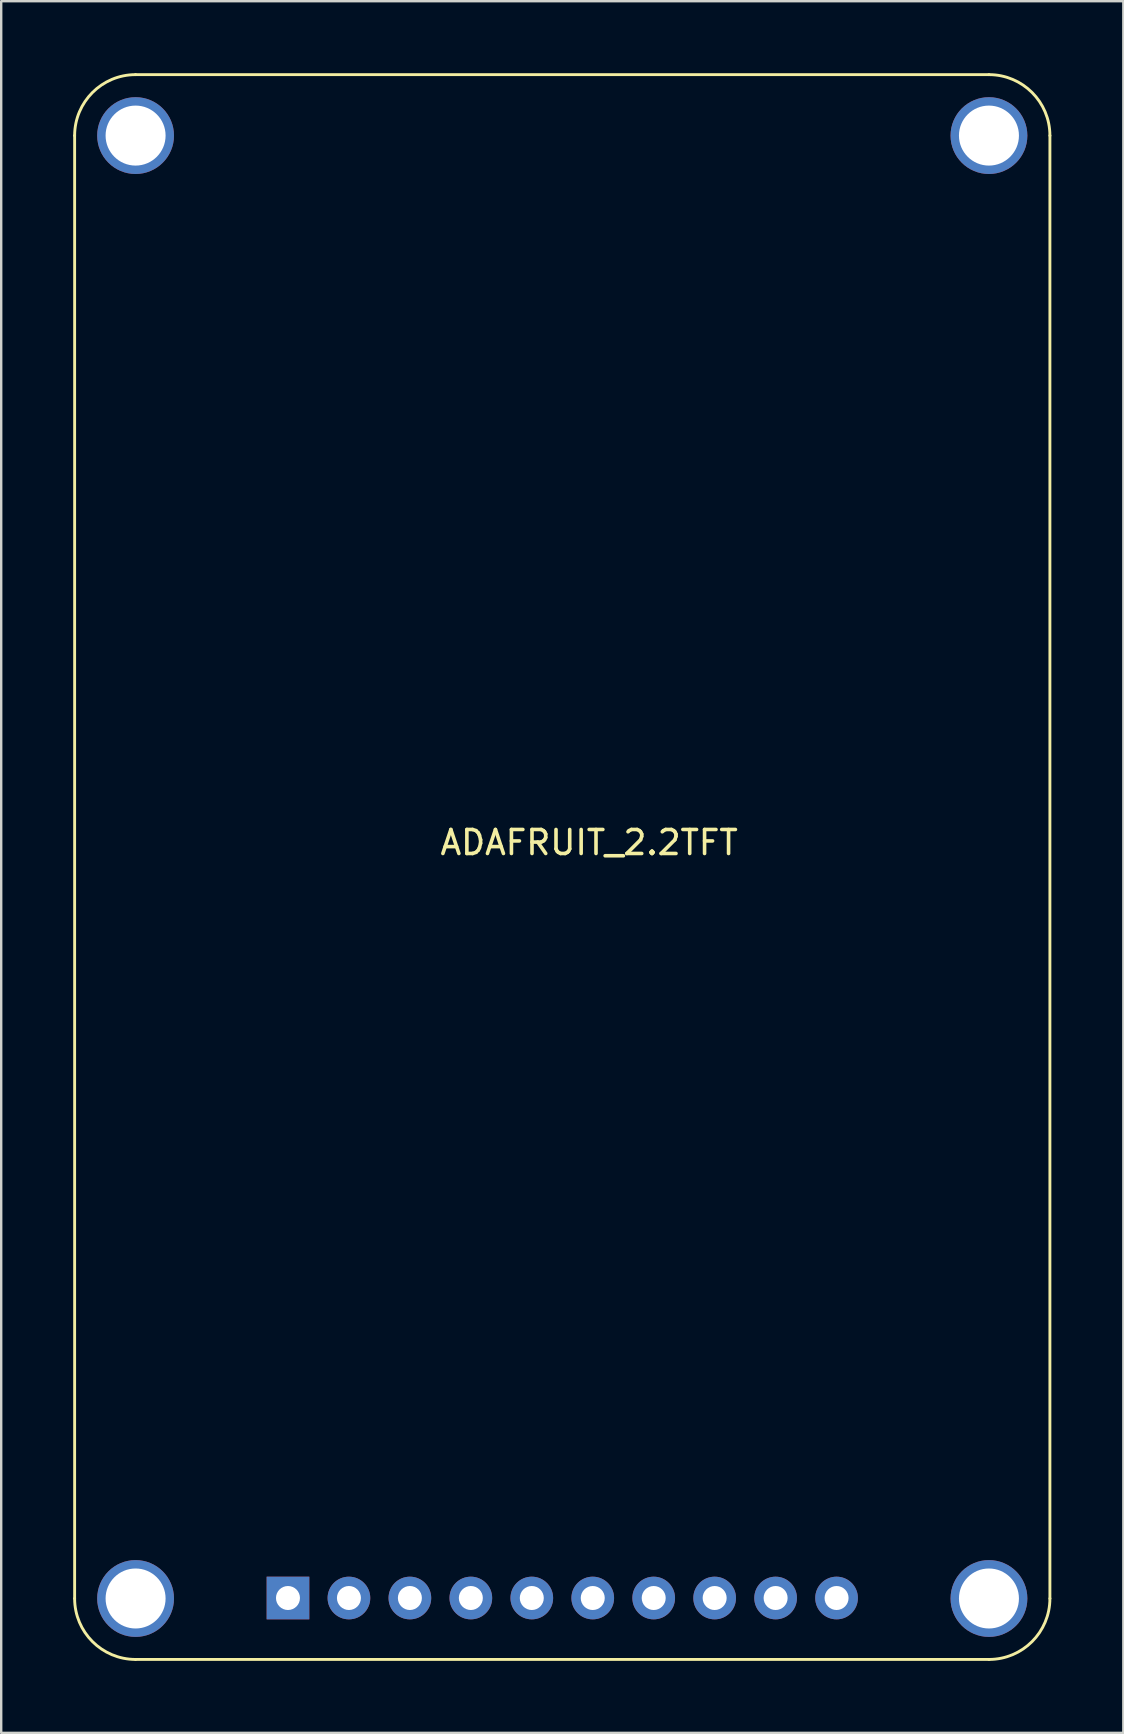
<source format=kicad_pcb>
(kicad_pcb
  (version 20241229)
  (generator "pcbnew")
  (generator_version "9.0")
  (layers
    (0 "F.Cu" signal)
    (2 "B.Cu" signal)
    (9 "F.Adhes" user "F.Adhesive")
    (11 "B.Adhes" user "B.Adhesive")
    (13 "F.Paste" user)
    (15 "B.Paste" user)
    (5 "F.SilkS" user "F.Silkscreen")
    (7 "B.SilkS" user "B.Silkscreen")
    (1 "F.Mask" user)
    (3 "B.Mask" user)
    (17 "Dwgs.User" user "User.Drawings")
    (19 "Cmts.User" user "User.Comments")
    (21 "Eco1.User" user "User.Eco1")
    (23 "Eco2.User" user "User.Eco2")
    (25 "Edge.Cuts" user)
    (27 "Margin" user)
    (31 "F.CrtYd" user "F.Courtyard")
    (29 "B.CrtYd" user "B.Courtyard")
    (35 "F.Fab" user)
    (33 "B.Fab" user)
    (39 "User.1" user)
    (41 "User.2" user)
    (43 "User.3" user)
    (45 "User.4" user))
  (footprint "ADAFRUIT_2.2TFT"
    (layer "F.Cu")
    (at 21.5 32.56)
    (property "Reference" "ADAFRUIT_2.2TFT" (at 0 -0.5 0) (unlocked yes) (layer "F.SilkS") (effects (font (size 1 1) (thickness 0.15))))
    (attr through_hole)
    (fp_line (start -21.44 -29.96) (end -21.44 31) (stroke (width 0.12) (type solid)) (layer "F.SilkS"))
    (fp_line (start -18.9 33.54) (end 16.66 33.54) (stroke (width 0.12) (type solid)) (layer "F.SilkS"))
    (fp_line (start 16.66 -32.5) (end -18.9 -32.5) (stroke (width 0.12) (type solid)) (layer "F.SilkS"))
    (fp_line (start 19.2 31) (end 19.2 -29.96) (stroke (width 0.12) (type solid)) (layer "F.SilkS"))
    (fp_arc (start -21.44 -29.96) (mid -20.696051 -31.756051) (end -18.9 -32.5) (stroke (width 0.12) (type solid)) (layer "F.SilkS"))
    (fp_arc (start -18.9 33.54) (mid -20.696051 32.796051) (end -21.44 31) (stroke (width 0.12) (type solid)) (layer "F.SilkS"))
    (fp_arc (start 16.66 -32.5) (mid 18.456051 -31.756051) (end 19.2 -29.96) (stroke (width 0.12) (type solid)) (layer "F.SilkS"))
    (fp_arc (start 19.2 31) (mid 18.456051 32.796051) (end 16.66 33.54) (stroke (width 0.12) (type solid)) (layer "F.SilkS"))
    (pad "1" thru_hole rect (at -12.55 30.98 90) (size 1.778 1.778) (drill 1) (layers "*.Cu" "*.Mask"))
    (pad "2" thru_hole circle (at -10.01 30.98 90) (size 1.778 1.778) (drill 1) (layers "*.Cu" "*.Mask"))
    (pad "3" thru_hole circle (at -7.47 30.98 90) (size 1.778 1.778) (drill 1) (layers "*.Cu" "*.Mask"))
    (pad "4" thru_hole circle (at -4.93 30.98 90) (size 1.778 1.778) (drill 1) (layers "*.Cu" "*.Mask"))
    (pad "5" thru_hole circle (at -2.39 30.98 90) (size 1.778 1.778) (drill 1) (layers "*.Cu" "*.Mask"))
    (pad "6" thru_hole circle (at 0.15 30.98 90) (size 1.778 1.778) (drill 1) (layers "*.Cu" "*.Mask"))
    (pad "7" thru_hole circle (at 2.69 30.98 90) (size 1.778 1.778) (drill 1) (layers "*.Cu" "*.Mask"))
    (pad "8" thru_hole circle (at 5.23 30.98 90) (size 1.778 1.778) (drill 1) (layers "*.Cu" "*.Mask"))
    (pad "9" thru_hole circle (at 7.77 30.98 90) (size 1.778 1.778) (drill 1) (layers "*.Cu" "*.Mask"))
    (pad "10" thru_hole circle (at 10.31 30.98 90) (size 1.778 1.778) (drill 1) (layers "*.Cu" "*.Mask"))
    (pad "P$1" thru_hole circle (at -18.9 -29.96) (size 3.2 3.2) (drill 2.5) (layers "*.Cu" "*.Mask"))
    (pad "P$1" thru_hole circle (at -18.9 31) (size 3.2 3.2) (drill 2.5) (layers "*.Cu" "*.Mask"))
    (pad "P$1" thru_hole circle (at 16.66 -29.96) (size 3.2 3.2) (drill 2.5) (layers "*.Cu" "*.Mask"))
    (pad "P$1" thru_hole circle (at 16.66 31) (size 3.2 3.2) (drill 2.5) (layers "*.Cu" "*.Mask"))
    (zone (net_name "") (layer "F.Cu") (hatch edge 0.508) (connect_pads) (min_thickness 0.254) (filled_areas_thickness no) (keepout (tracks not_allowed) (vias not_allowed) (pads not_allowed) (copperpour not_allowed) (footprints allowed)) (placement (enabled no)) (fill) (polygon (pts (xy 4.616 2.6) (xy 4.585 2.25) (xy 4.494 1.91) (xy 4.346 1.592) (xy 4.144 1.304) (xy 3.896 1.056) (xy 3.608 0.854) (xy 3.29 0.706) (xy 2.95 0.615) (xy 2.6 0.584) (xy 2.25 0.615) (xy 1.91 0.706) (xy 1.592 0.854) (xy 1.304 1.056) (xy 1.056 1.304) (xy 0.854 1.592) (xy 0.706 1.91) (xy 0.615 2.25) (xy 0.584 2.6) (xy 0.615 2.95) (xy 0.706 3.29) (xy 0.854 3.608) (xy 1.056 3.896) (xy 1.304 4.144) (xy 1.592 4.346) (xy 1.91 4.494) (xy 2.25 4.585) (xy 2.6 4.616) (xy 2.95 4.585) (xy 3.29 4.494) (xy 3.608 4.346) (xy 3.896 4.144) (xy 4.144 3.896) (xy 4.346 3.608) (xy 4.494 3.29) (xy 4.585 2.95))) (polygon (pts (xy 2.584 2.6) (xy 2.584 2.603) (xy 2.585 2.605) (xy 2.586 2.608) (xy 2.588 2.61) (xy 2.59 2.612) (xy 2.592 2.614) (xy 2.595 2.615) (xy 2.597 2.616) (xy 2.6 2.616) (xy 2.603 2.616) (xy 2.605 2.615) (xy 2.608 2.614) (xy 2.61 2.612) (xy 2.612 2.61) (xy 2.614 2.608) (xy 2.615 2.605) (xy 2.616 2.603) (xy 2.616 2.6) (xy 2.616 2.597) (xy 2.615 2.595) (xy 2.614 2.592) (xy 2.612 2.59) (xy 2.61 2.588) (xy 2.608 2.586) (xy 2.605 2.585) (xy 2.603 2.584) (xy 2.6 2.584) (xy 2.597 2.584) (xy 2.595 2.585) (xy 2.592 2.586) (xy 2.59 2.588) (xy 2.588 2.59) (xy 2.586 2.592) (xy 2.585 2.595) (xy 2.584 2.597))))
    (zone (net_name "") (layer "F.Cu") (hatch edge 0.508) (connect_pads) (min_thickness 0.254) (filled_areas_thickness no) (keepout (tracks not_allowed) (vias not_allowed) (pads not_allowed) (copperpour not_allowed) (footprints allowed)) (placement (enabled no)) (fill) (polygon (pts (xy 4.616 63.56) (xy 4.585 63.21) (xy 4.494 62.87) (xy 4.346 62.552) (xy 4.144 62.264) (xy 3.896 62.016) (xy 3.608 61.814) (xy 3.29 61.666) (xy 2.95 61.575) (xy 2.6 61.544) (xy 2.25 61.575) (xy 1.91 61.666) (xy 1.592 61.814) (xy 1.304 62.016) (xy 1.056 62.264) (xy 0.854 62.552) (xy 0.706 62.87) (xy 0.615 63.21) (xy 0.584 63.56) (xy 0.615 63.91) (xy 0.706 64.25) (xy 0.854 64.568) (xy 1.056 64.856) (xy 1.304 65.104) (xy 1.592 65.306) (xy 1.91 65.454) (xy 2.25 65.545) (xy 2.6 65.576) (xy 2.95 65.545) (xy 3.29 65.454) (xy 3.608 65.306) (xy 3.896 65.104) (xy 4.144 64.856) (xy 4.346 64.568) (xy 4.494 64.25) (xy 4.585 63.91))) (polygon (pts (xy 2.584 63.56) (xy 2.584 63.563) (xy 2.585 63.565) (xy 2.586 63.568) (xy 2.588 63.57) (xy 2.59 63.572) (xy 2.592 63.574) (xy 2.595 63.575) (xy 2.597 63.576) (xy 2.6 63.576) (xy 2.603 63.576) (xy 2.605 63.575) (xy 2.608 63.574) (xy 2.61 63.572) (xy 2.612 63.57) (xy 2.614 63.568) (xy 2.615 63.565) (xy 2.616 63.563) (xy 2.616 63.56) (xy 2.616 63.557) (xy 2.615 63.555) (xy 2.614 63.552) (xy 2.612 63.55) (xy 2.61 63.548) (xy 2.608 63.546) (xy 2.605 63.545) (xy 2.603 63.544) (xy 2.6 63.544) (xy 2.597 63.544) (xy 2.595 63.545) (xy 2.592 63.546) (xy 2.59 63.548) (xy 2.588 63.55) (xy 2.586 63.552) (xy 2.585 63.555) (xy 2.584 63.557))))
    (zone (net_name "") (layer "F.Cu") (hatch edge 0.508) (connect_pads) (min_thickness 0.254) (filled_areas_thickness no) (keepout (tracks not_allowed) (vias not_allowed) (pads not_allowed) (copperpour not_allowed) (footprints allowed)) (placement (enabled no)) (fill) (polygon (pts (xy 40.176 2.6) (xy 40.145 2.25) (xy 40.054 1.91) (xy 39.906 1.592) (xy 39.704 1.304) (xy 39.456 1.056) (xy 39.168 0.854) (xy 38.85 0.706) (xy 38.51 0.615) (xy 38.16 0.584) (xy 37.81 0.615) (xy 37.47 0.706) (xy 37.152 0.854) (xy 36.864 1.056) (xy 36.616 1.304) (xy 36.414 1.592) (xy 36.266 1.91) (xy 36.175 2.25) (xy 36.144 2.6) (xy 36.175 2.95) (xy 36.266 3.29) (xy 36.414 3.608) (xy 36.616 3.896) (xy 36.864 4.144) (xy 37.152 4.346) (xy 37.47 4.494) (xy 37.81 4.585) (xy 38.16 4.616) (xy 38.51 4.585) (xy 38.85 4.494) (xy 39.168 4.346) (xy 39.456 4.144) (xy 39.704 3.896) (xy 39.906 3.608) (xy 40.054 3.29) (xy 40.145 2.95))) (polygon (pts (xy 38.144 2.6) (xy 38.144 2.603) (xy 38.145 2.605) (xy 38.146 2.608) (xy 38.148 2.61) (xy 38.15 2.612) (xy 38.152 2.614) (xy 38.155 2.615) (xy 38.157 2.616) (xy 38.16 2.616) (xy 38.163 2.616) (xy 38.165 2.615) (xy 38.168 2.614) (xy 38.17 2.612) (xy 38.172 2.61) (xy 38.174 2.608) (xy 38.175 2.605) (xy 38.176 2.603) (xy 38.176 2.6) (xy 38.176 2.597) (xy 38.175 2.595) (xy 38.174 2.592) (xy 38.172 2.59) (xy 38.17 2.588) (xy 38.168 2.586) (xy 38.165 2.585) (xy 38.163 2.584) (xy 38.16 2.584) (xy 38.157 2.584) (xy 38.155 2.585) (xy 38.152 2.586) (xy 38.15 2.588) (xy 38.148 2.59) (xy 38.146 2.592) (xy 38.145 2.595) (xy 38.144 2.597))))
    (zone (net_name "") (layer "F.Cu") (hatch edge 0.508) (connect_pads) (min_thickness 0.254) (filled_areas_thickness no) (keepout (tracks not_allowed) (vias not_allowed) (pads not_allowed) (copperpour not_allowed) (footprints allowed)) (placement (enabled no)) (fill) (polygon (pts (xy 40.176 63.56) (xy 40.145 63.21) (xy 40.054 62.87) (xy 39.906 62.552) (xy 39.704 62.264) (xy 39.456 62.016) (xy 39.168 61.814) (xy 38.85 61.666) (xy 38.51 61.575) (xy 38.16 61.544) (xy 37.81 61.575) (xy 37.47 61.666) (xy 37.152 61.814) (xy 36.864 62.016) (xy 36.616 62.264) (xy 36.414 62.552) (xy 36.266 62.87) (xy 36.175 63.21) (xy 36.144 63.56) (xy 36.175 63.91) (xy 36.266 64.25) (xy 36.414 64.568) (xy 36.616 64.856) (xy 36.864 65.104) (xy 37.152 65.306) (xy 37.47 65.454) (xy 37.81 65.545) (xy 38.16 65.576) (xy 38.51 65.545) (xy 38.85 65.454) (xy 39.168 65.306) (xy 39.456 65.104) (xy 39.704 64.856) (xy 39.906 64.568) (xy 40.054 64.25) (xy 40.145 63.91))) (polygon (pts (xy 38.144 63.56) (xy 38.144 63.563) (xy 38.145 63.565) (xy 38.146 63.568) (xy 38.148 63.57) (xy 38.15 63.572) (xy 38.152 63.574) (xy 38.155 63.575) (xy 38.157 63.576) (xy 38.16 63.576) (xy 38.163 63.576) (xy 38.165 63.575) (xy 38.168 63.574) (xy 38.17 63.572) (xy 38.172 63.57) (xy 38.174 63.568) (xy 38.175 63.565) (xy 38.176 63.563) (xy 38.176 63.56) (xy 38.176 63.557) (xy 38.175 63.555) (xy 38.174 63.552) (xy 38.172 63.55) (xy 38.17 63.548) (xy 38.168 63.546) (xy 38.165 63.545) (xy 38.163 63.544) (xy 38.16 63.544) (xy 38.157 63.544) (xy 38.155 63.545) (xy 38.152 63.546) (xy 38.15 63.548) (xy 38.148 63.55) (xy 38.146 63.552) (xy 38.145 63.555) (xy 38.144 63.557))))
    (zone (net_name "") (layer "B.Cu") (hatch edge 0.508) (connect_pads) (min_thickness 0.254) (filled_areas_thickness no) (keepout (tracks not_allowed) (vias not_allowed) (pads not_allowed) (copperpour not_allowed) (footprints allowed)) (placement (enabled no)) (fill) (polygon (pts (xy 4.616 2.6) (xy 4.585 2.25) (xy 4.494 1.91) (xy 4.346 1.592) (xy 4.144 1.304) (xy 3.896 1.056) (xy 3.608 0.854) (xy 3.29 0.706) (xy 2.95 0.615) (xy 2.6 0.584) (xy 2.25 0.615) (xy 1.91 0.706) (xy 1.592 0.854) (xy 1.304 1.056) (xy 1.056 1.304) (xy 0.854 1.592) (xy 0.706 1.91) (xy 0.615 2.25) (xy 0.584 2.6) (xy 0.615 2.95) (xy 0.706 3.29) (xy 0.854 3.608) (xy 1.056 3.896) (xy 1.304 4.144) (xy 1.592 4.346) (xy 1.91 4.494) (xy 2.25 4.585) (xy 2.6 4.616) (xy 2.95 4.585) (xy 3.29 4.494) (xy 3.608 4.346) (xy 3.896 4.144) (xy 4.144 3.896) (xy 4.346 3.608) (xy 4.494 3.29) (xy 4.585 2.95))) (polygon (pts (xy 2.584 2.6) (xy 2.584 2.603) (xy 2.585 2.605) (xy 2.586 2.608) (xy 2.588 2.61) (xy 2.59 2.612) (xy 2.592 2.614) (xy 2.595 2.615) (xy 2.597 2.616) (xy 2.6 2.616) (xy 2.603 2.616) (xy 2.605 2.615) (xy 2.608 2.614) (xy 2.61 2.612) (xy 2.612 2.61) (xy 2.614 2.608) (xy 2.615 2.605) (xy 2.616 2.603) (xy 2.616 2.6) (xy 2.616 2.597) (xy 2.615 2.595) (xy 2.614 2.592) (xy 2.612 2.59) (xy 2.61 2.588) (xy 2.608 2.586) (xy 2.605 2.585) (xy 2.603 2.584) (xy 2.6 2.584) (xy 2.597 2.584) (xy 2.595 2.585) (xy 2.592 2.586) (xy 2.59 2.588) (xy 2.588 2.59) (xy 2.586 2.592) (xy 2.585 2.595) (xy 2.584 2.597))))
    (zone (net_name "") (layer "B.Cu") (hatch edge 0.508) (connect_pads) (min_thickness 0.254) (filled_areas_thickness no) (keepout (tracks not_allowed) (vias not_allowed) (pads not_allowed) (copperpour not_allowed) (footprints allowed)) (placement (enabled no)) (fill) (polygon (pts (xy 4.616 63.56) (xy 4.585 63.21) (xy 4.494 62.87) (xy 4.346 62.552) (xy 4.144 62.264) (xy 3.896 62.016) (xy 3.608 61.814) (xy 3.29 61.666) (xy 2.95 61.575) (xy 2.6 61.544) (xy 2.25 61.575) (xy 1.91 61.666) (xy 1.592 61.814) (xy 1.304 62.016) (xy 1.056 62.264) (xy 0.854 62.552) (xy 0.706 62.87) (xy 0.615 63.21) (xy 0.584 63.56) (xy 0.615 63.91) (xy 0.706 64.25) (xy 0.854 64.568) (xy 1.056 64.856) (xy 1.304 65.104) (xy 1.592 65.306) (xy 1.91 65.454) (xy 2.25 65.545) (xy 2.6 65.576) (xy 2.95 65.545) (xy 3.29 65.454) (xy 3.608 65.306) (xy 3.896 65.104) (xy 4.144 64.856) (xy 4.346 64.568) (xy 4.494 64.25) (xy 4.585 63.91))) (polygon (pts (xy 2.584 63.56) (xy 2.584 63.563) (xy 2.585 63.565) (xy 2.586 63.568) (xy 2.588 63.57) (xy 2.59 63.572) (xy 2.592 63.574) (xy 2.595 63.575) (xy 2.597 63.576) (xy 2.6 63.576) (xy 2.603 63.576) (xy 2.605 63.575) (xy 2.608 63.574) (xy 2.61 63.572) (xy 2.612 63.57) (xy 2.614 63.568) (xy 2.615 63.565) (xy 2.616 63.563) (xy 2.616 63.56) (xy 2.616 63.557) (xy 2.615 63.555) (xy 2.614 63.552) (xy 2.612 63.55) (xy 2.61 63.548) (xy 2.608 63.546) (xy 2.605 63.545) (xy 2.603 63.544) (xy 2.6 63.544) (xy 2.597 63.544) (xy 2.595 63.545) (xy 2.592 63.546) (xy 2.59 63.548) (xy 2.588 63.55) (xy 2.586 63.552) (xy 2.585 63.555) (xy 2.584 63.557))))
    (zone (net_name "") (layer "B.Cu") (hatch edge 0.508) (connect_pads) (min_thickness 0.254) (filled_areas_thickness no) (keepout (tracks not_allowed) (vias not_allowed) (pads not_allowed) (copperpour not_allowed) (footprints allowed)) (placement (enabled no)) (fill) (polygon (pts (xy 40.176 2.6) (xy 40.145 2.25) (xy 40.054 1.91) (xy 39.906 1.592) (xy 39.704 1.304) (xy 39.456 1.056) (xy 39.168 0.854) (xy 38.85 0.706) (xy 38.51 0.615) (xy 38.16 0.584) (xy 37.81 0.615) (xy 37.47 0.706) (xy 37.152 0.854) (xy 36.864 1.056) (xy 36.616 1.304) (xy 36.414 1.592) (xy 36.266 1.91) (xy 36.175 2.25) (xy 36.144 2.6) (xy 36.175 2.95) (xy 36.266 3.29) (xy 36.414 3.608) (xy 36.616 3.896) (xy 36.864 4.144) (xy 37.152 4.346) (xy 37.47 4.494) (xy 37.81 4.585) (xy 38.16 4.616) (xy 38.51 4.585) (xy 38.85 4.494) (xy 39.168 4.346) (xy 39.456 4.144) (xy 39.704 3.896) (xy 39.906 3.608) (xy 40.054 3.29) (xy 40.145 2.95))) (polygon (pts (xy 38.144 2.6) (xy 38.144 2.603) (xy 38.145 2.605) (xy 38.146 2.608) (xy 38.148 2.61) (xy 38.15 2.612) (xy 38.152 2.614) (xy 38.155 2.615) (xy 38.157 2.616) (xy 38.16 2.616) (xy 38.163 2.616) (xy 38.165 2.615) (xy 38.168 2.614) (xy 38.17 2.612) (xy 38.172 2.61) (xy 38.174 2.608) (xy 38.175 2.605) (xy 38.176 2.603) (xy 38.176 2.6) (xy 38.176 2.597) (xy 38.175 2.595) (xy 38.174 2.592) (xy 38.172 2.59) (xy 38.17 2.588) (xy 38.168 2.586) (xy 38.165 2.585) (xy 38.163 2.584) (xy 38.16 2.584) (xy 38.157 2.584) (xy 38.155 2.585) (xy 38.152 2.586) (xy 38.15 2.588) (xy 38.148 2.59) (xy 38.146 2.592) (xy 38.145 2.595) (xy 38.144 2.597))))
    (zone (net_name "") (layer "B.Cu") (hatch edge 0.508) (connect_pads) (min_thickness 0.254) (filled_areas_thickness no) (keepout (tracks not_allowed) (vias not_allowed) (pads not_allowed) (copperpour not_allowed) (footprints allowed)) (placement (enabled no)) (fill) (polygon (pts (xy 40.176 63.56) (xy 40.145 63.21) (xy 40.054 62.87) (xy 39.906 62.552) (xy 39.704 62.264) (xy 39.456 62.016) (xy 39.168 61.814) (xy 38.85 61.666) (xy 38.51 61.575) (xy 38.16 61.544) (xy 37.81 61.575) (xy 37.47 61.666) (xy 37.152 61.814) (xy 36.864 62.016) (xy 36.616 62.264) (xy 36.414 62.552) (xy 36.266 62.87) (xy 36.175 63.21) (xy 36.144 63.56) (xy 36.175 63.91) (xy 36.266 64.25) (xy 36.414 64.568) (xy 36.616 64.856) (xy 36.864 65.104) (xy 37.152 65.306) (xy 37.47 65.454) (xy 37.81 65.545) (xy 38.16 65.576) (xy 38.51 65.545) (xy 38.85 65.454) (xy 39.168 65.306) (xy 39.456 65.104) (xy 39.704 64.856) (xy 39.906 64.568) (xy 40.054 64.25) (xy 40.145 63.91))) (polygon (pts (xy 38.144 63.56) (xy 38.144 63.563) (xy 38.145 63.565) (xy 38.146 63.568) (xy 38.148 63.57) (xy 38.15 63.572) (xy 38.152 63.574) (xy 38.155 63.575) (xy 38.157 63.576) (xy 38.16 63.576) (xy 38.163 63.576) (xy 38.165 63.575) (xy 38.168 63.574) (xy 38.17 63.572) (xy 38.172 63.57) (xy 38.174 63.568) (xy 38.175 63.565) (xy 38.176 63.563) (xy 38.176 63.56) (xy 38.176 63.557) (xy 38.175 63.555) (xy 38.174 63.552) (xy 38.172 63.55) (xy 38.17 63.548) (xy 38.168 63.546) (xy 38.165 63.545) (xy 38.163 63.544) (xy 38.16 63.544) (xy 38.157 63.544) (xy 38.155 63.545) (xy 38.152 63.546) (xy 38.15 63.548) (xy 38.148 63.55) (xy 38.146 63.552) (xy 38.145 63.555) (xy 38.144 63.557)))))
  (gr_rect
    (start -3 -3)
    (end 43.76 69.16)
    (stroke (width 0.1) (type default))
    (fill no)
    (layer "Edge.Cuts")))
</source>
